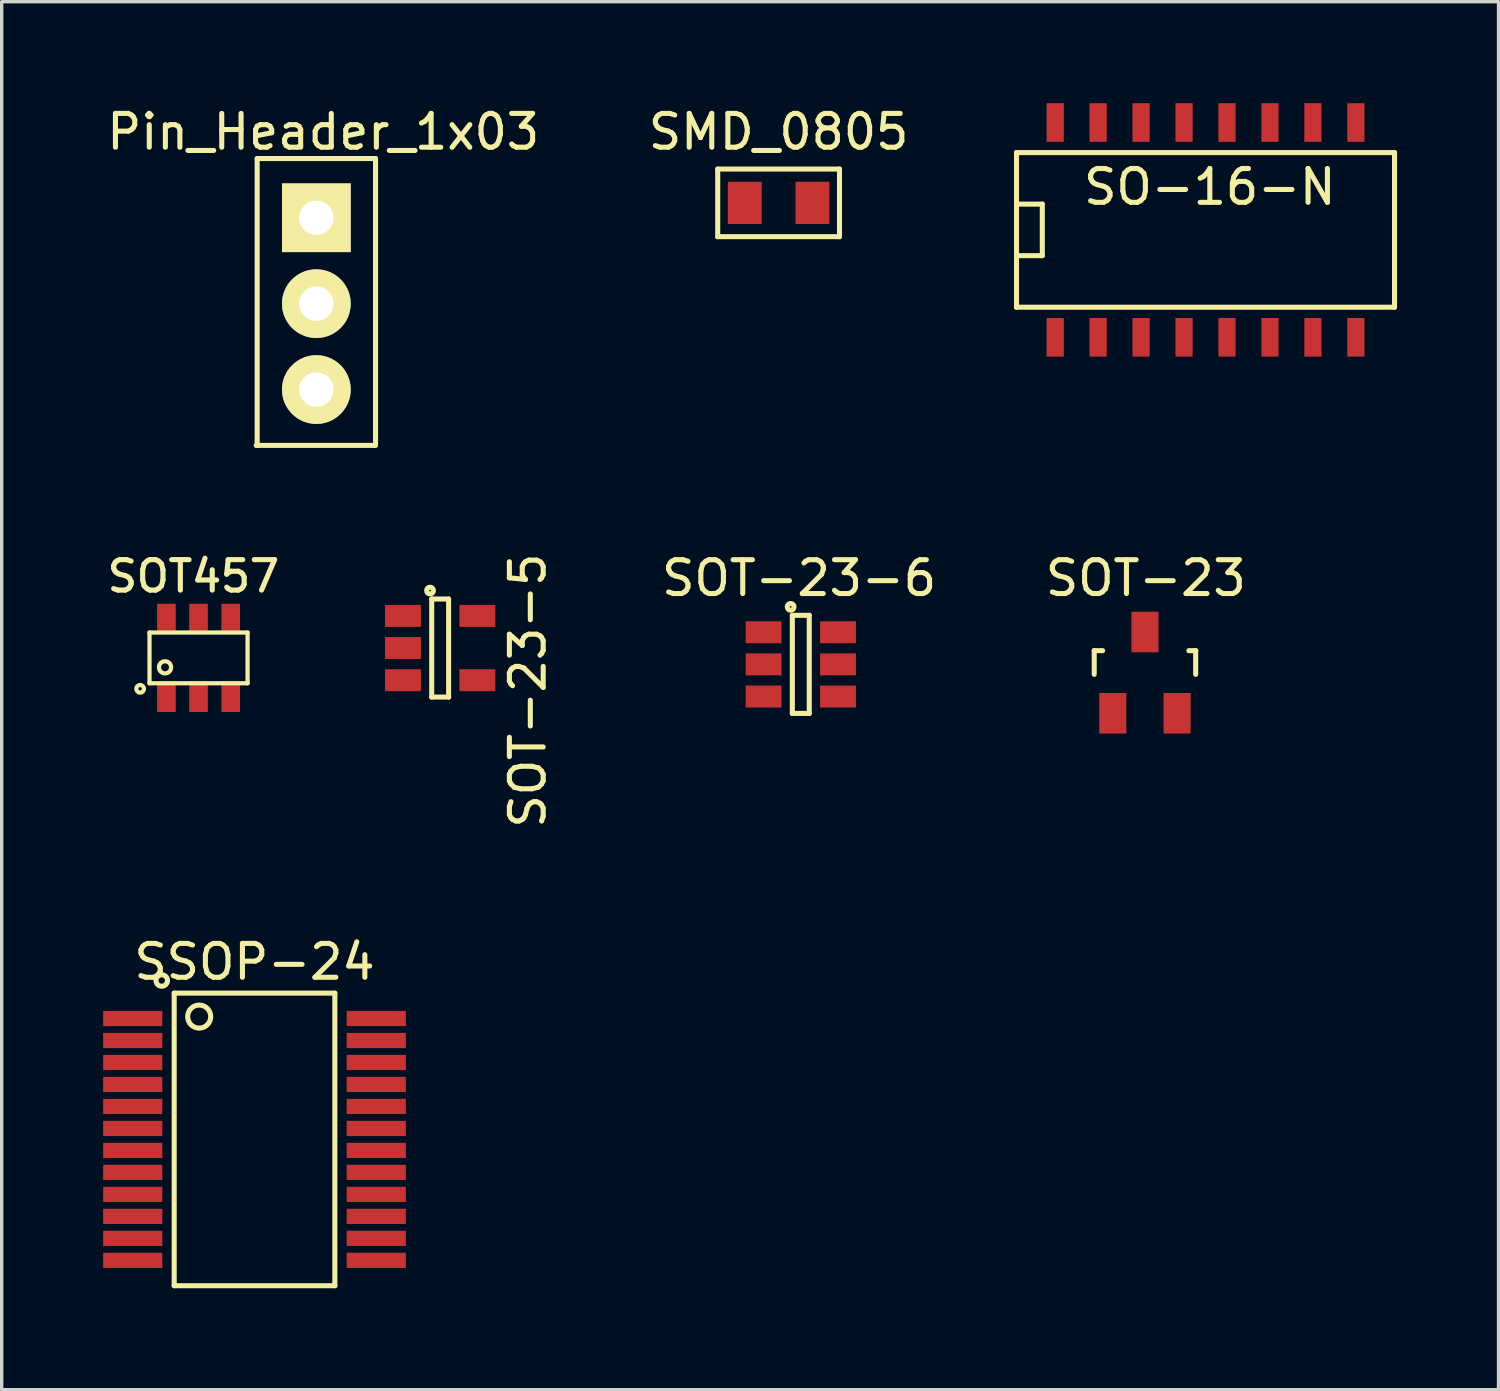
<source format=kicad_pcb>
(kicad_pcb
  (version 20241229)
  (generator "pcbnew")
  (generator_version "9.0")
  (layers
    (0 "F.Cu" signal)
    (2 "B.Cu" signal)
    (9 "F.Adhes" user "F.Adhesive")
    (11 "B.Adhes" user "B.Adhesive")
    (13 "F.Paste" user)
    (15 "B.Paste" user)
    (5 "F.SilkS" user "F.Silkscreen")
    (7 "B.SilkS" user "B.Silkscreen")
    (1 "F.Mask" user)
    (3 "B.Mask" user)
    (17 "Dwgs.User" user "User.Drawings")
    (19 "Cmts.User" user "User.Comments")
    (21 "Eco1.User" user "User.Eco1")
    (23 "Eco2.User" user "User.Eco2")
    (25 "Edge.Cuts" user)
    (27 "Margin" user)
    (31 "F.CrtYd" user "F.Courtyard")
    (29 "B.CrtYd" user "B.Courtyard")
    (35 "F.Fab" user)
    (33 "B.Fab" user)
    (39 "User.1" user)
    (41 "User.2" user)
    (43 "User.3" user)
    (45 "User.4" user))
  (footprint "SOT-23-6"
    (layer "F.Cu")
    (at 20.626 16.593)
    (property "Reference" "SOT-23-6" (at -0.05 -2.55 0) (layer "F.SilkS") (effects (font (size 1 1) (thickness 0.15))))
    (attr smd)
    (fp_line (start -0.25 -1.45) (end -0.25 1.45) (stroke (width 0.15) (type solid)) (layer "F.SilkS"))
    (fp_line (start -0.25 1.45) (end 0.25 1.45) (stroke (width 0.15) (type solid)) (layer "F.SilkS"))
    (fp_line (start 0.25 -1.45) (end -0.25 -1.45) (stroke (width 0.15) (type solid)) (layer "F.SilkS"))
    (fp_line (start 0.25 1.45) (end 0.25 -1.45) (stroke (width 0.15) (type solid)) (layer "F.SilkS"))
    (fp_circle (center -0.3 -1.7) (end -0.2 -1.7) (stroke (width 0.15) (type solid)) (fill no) (layer "F.SilkS"))
    (pad "1" smd rect (at -1.1 -0.95) (size 1.06 0.65) (layers "F.Cu" "F.Mask" "F.Paste"))
    (pad "2" smd rect (at -1.1 0) (size 1.06 0.65) (layers "F.Cu" "F.Mask" "F.Paste"))
    (pad "3" smd rect (at -1.1 0.95) (size 1.06 0.65) (layers "F.Cu" "F.Mask" "F.Paste"))
    (pad "4" smd rect (at 1.1 0.95) (size 1.06 0.65) (layers "F.Cu" "F.Mask" "F.Paste"))
    (pad "5" smd rect (at 1.1 0) (size 1.06 0.65) (layers "F.Cu" "F.Mask" "F.Paste"))
    (pad "6" smd rect (at 1.1 -0.95) (size 1.06 0.65) (layers "F.Cu" "F.Mask" "F.Paste")))
  (footprint "Pin_Header_1x03"
    (layer "F.Cu")
    (at 6.303 3.388)
    (property "Reference" "Pin_Header_1x03" (at 0.203 -2.54 0) (layer "F.SilkS") (effects (font (size 1 1) (thickness 0.15))))
    (attr through_hole)
    (fp_line (start -1.778 6.731) (end 1.722 6.731) (stroke (width 0.15) (type solid)) (layer "F.SilkS"))
    (fp_line (start -1.75 -1.75) (end -1.75 6.731) (stroke (width 0.15) (type solid)) (layer "F.SilkS"))
    (fp_line (start -1.75 -1.75) (end 1.75 -1.75) (stroke (width 0.15) (type solid)) (layer "F.SilkS"))
    (fp_line (start 1.75 -1.75) (end 1.75 6.731) (stroke (width 0.15) (type solid)) (layer "F.SilkS"))
    (pad "1" thru_hole rect (at 0 0) (size 2.032 2.032) (drill 1.016) (layers "*.Cu" "*.Mask" "F.SilkS"))
    (pad "2" thru_hole oval (at 0 2.54) (size 2.032 2.032) (drill 1.016) (layers "*.Cu" "*.Mask" "F.SilkS"))
    (pad "3" thru_hole oval (at 0 5.08) (size 2.032 2.032) (drill 1.016) (layers "*.Cu" "*.Mask" "F.SilkS")))
  (footprint "SSOP-24"
    (layer "F.Cu")
    (at 4.475 30.638)
    (property "Reference" "SSOP-24" (at 0 -5.25 0) (layer "F.SilkS") (effects (font (size 1 1) (thickness 0.15))))
    (attr smd)
    (fp_line (start -2.375 -4.325) (end 2.375 -4.325) (stroke (width 0.15) (type solid)) (layer "F.SilkS"))
    (fp_line (start -2.375 4.325) (end -2.375 -4.325) (stroke (width 0.15) (type solid)) (layer "F.SilkS"))
    (fp_line (start -2.375 4.325) (end 2.375 4.325) (stroke (width 0.15) (type solid)) (layer "F.SilkS"))
    (fp_line (start 2.375 4.325) (end 2.375 -4.325) (stroke (width 0.15) (type solid)) (layer "F.SilkS"))
    (fp_circle (center -2.743 -4.699) (end -2.667 -4.547) (stroke (width 0.15) (type solid)) (fill no) (layer "F.SilkS"))
    (fp_circle (center -1.636 -3.632) (end -1.484 -3.327) (stroke (width 0.15) (type solid)) (fill no) (layer "F.SilkS"))
    (pad "1" smd rect (at -3.6 -3.575) (size 1.75 0.45) (layers "F.Cu" "F.Mask" "F.Paste"))
    (pad "2" smd rect (at -3.6 -2.925) (size 1.75 0.45) (layers "F.Cu" "F.Mask" "F.Paste"))
    (pad "3" smd rect (at -3.6 -2.275) (size 1.75 0.45) (layers "F.Cu" "F.Mask" "F.Paste"))
    (pad "4" smd rect (at -3.6 -1.625) (size 1.75 0.45) (layers "F.Cu" "F.Mask" "F.Paste"))
    (pad "5" smd rect (at -3.6 -0.975) (size 1.75 0.45) (layers "F.Cu" "F.Mask" "F.Paste"))
    (pad "6" smd rect (at -3.6 -0.325) (size 1.75 0.45) (layers "F.Cu" "F.Mask" "F.Paste"))
    (pad "7" smd rect (at -3.6 0.325) (size 1.75 0.45) (layers "F.Cu" "F.Mask" "F.Paste"))
    (pad "8" smd rect (at -3.6 0.975) (size 1.75 0.45) (layers "F.Cu" "F.Mask" "F.Paste"))
    (pad "9" smd rect (at -3.6 1.625) (size 1.75 0.45) (layers "F.Cu" "F.Mask" "F.Paste"))
    (pad "10" smd rect (at -3.6 2.275) (size 1.75 0.45) (layers "F.Cu" "F.Mask" "F.Paste"))
    (pad "11" smd rect (at -3.6 2.925) (size 1.75 0.45) (layers "F.Cu" "F.Mask" "F.Paste"))
    (pad "12" smd rect (at -3.6 3.575) (size 1.75 0.45) (layers "F.Cu" "F.Mask" "F.Paste"))
    (pad "13" smd rect (at 3.6 3.575) (size 1.75 0.45) (layers "F.Cu" "F.Mask" "F.Paste"))
    (pad "14" smd rect (at 3.6 2.925) (size 1.75 0.45) (layers "F.Cu" "F.Mask" "F.Paste"))
    (pad "15" smd rect (at 3.6 2.275) (size 1.75 0.45) (layers "F.Cu" "F.Mask" "F.Paste"))
    (pad "16" smd rect (at 3.6 1.625) (size 1.75 0.45) (layers "F.Cu" "F.Mask" "F.Paste"))
    (pad "17" smd rect (at 3.6 0.975) (size 1.75 0.45) (layers "F.Cu" "F.Mask" "F.Paste"))
    (pad "18" smd rect (at 3.6 0.325) (size 1.75 0.45) (layers "F.Cu" "F.Mask" "F.Paste"))
    (pad "19" smd rect (at 3.6 -0.325) (size 1.75 0.45) (layers "F.Cu" "F.Mask" "F.Paste"))
    (pad "20" smd rect (at 3.6 -0.975) (size 1.75 0.45) (layers "F.Cu" "F.Mask" "F.Paste"))
    (pad "21" smd rect (at 3.6 -1.625) (size 1.75 0.45) (layers "F.Cu" "F.Mask" "F.Paste"))
    (pad "22" smd rect (at 3.6 -2.275) (size 1.75 0.45) (layers "F.Cu" "F.Mask" "F.Paste"))
    (pad "23" smd rect (at 3.6 -2.925) (size 1.75 0.45) (layers "F.Cu" "F.Mask" "F.Paste"))
    (pad "24" smd rect (at 3.6 -3.575) (size 1.75 0.45) (layers "F.Cu" "F.Mask" "F.Paste")))
  (footprint "SOT-23"
    (layer "F.Cu")
    (at 30.801 16.837)
    (property "Reference" "SOT-23" (at 0.025 -2.794 0) (layer "F.SilkS") (effects (font (size 1 1) (thickness 0.15))))
    (attr smd)
    (fp_line (start -1.5 -0.65) (end -1.251 -0.65) (stroke (width 0.15) (type solid)) (layer "F.SilkS"))
    (fp_line (start -1.5 0.051) (end -1.5 -0.65) (stroke (width 0.15) (type solid)) (layer "F.SilkS"))
    (fp_line (start 1.299 -0.65) (end 1.5 -0.65) (stroke (width 0.15) (type solid)) (layer "F.SilkS"))
    (fp_line (start 1.5 -0.65) (end 1.5 0.051) (stroke (width 0.15) (type solid)) (layer "F.SilkS"))
    (pad "1" smd rect (at -0.95 1.201) (size 0.8 1.2) (layers "F.Cu" "F.Mask" "F.Paste"))
    (pad "2" smd rect (at 0.95 1.201) (size 0.8 1.2) (layers "F.Cu" "F.Mask" "F.Paste"))
    (pad "3" smd rect (at 0 -1.201) (size 0.8 1.2) (layers "F.Cu" "F.Mask" "F.Paste")))
  (footprint "SOT-23-5"
    (layer "F.Cu")
    (at 9.964 16.11)
    (property "Reference" "SOT-23-5" (at 2.591 1.257 270) (layer "F.SilkS") (effects (font (size 1 1) (thickness 0.15))))
    (attr smd)
    (fp_line (start -0.25 -1.45) (end -0.25 1.45) (stroke (width 0.15) (type solid)) (layer "F.SilkS"))
    (fp_line (start -0.25 1.45) (end 0.25 1.45) (stroke (width 0.15) (type solid)) (layer "F.SilkS"))
    (fp_line (start 0.25 -1.45) (end -0.25 -1.45) (stroke (width 0.15) (type solid)) (layer "F.SilkS"))
    (fp_line (start 0.25 1.45) (end 0.25 -1.45) (stroke (width 0.15) (type solid)) (layer "F.SilkS"))
    (fp_circle (center -0.3 -1.7) (end -0.2 -1.7) (stroke (width 0.15) (type solid)) (fill no) (layer "F.SilkS"))
    (pad "1" smd rect (at -1.1 -0.95) (size 1.06 0.65) (layers "F.Cu" "F.Mask" "F.Paste"))
    (pad "2" smd rect (at -1.1 0) (size 1.06 0.65) (layers "F.Cu" "F.Mask" "F.Paste"))
    (pad "3" smd rect (at -1.1 0.95) (size 1.06 0.65) (layers "F.Cu" "F.Mask" "F.Paste"))
    (pad "4" smd rect (at 1.1 0.95) (size 1.06 0.65) (layers "F.Cu" "F.Mask" "F.Paste"))
    (pad "5" smd rect (at 1.1 -0.95) (size 1.06 0.65) (layers "F.Cu" "F.Mask" "F.Paste")))
  (footprint "SMD_0805"
    (layer "F.Cu")
    (at 19.97 2.948)
    (property "Reference" "SMD_0805" (at 0 -2.1 0) (layer "F.SilkS") (effects (font (size 1 1) (thickness 0.15))))
    (attr smd)
    (fp_line (start -1.8 -1) (end -1.8 1) (stroke (width 0.15) (type solid)) (layer "F.SilkS"))
    (fp_line (start -1.8 -1) (end 1.8 -1) (stroke (width 0.15) (type solid)) (layer "F.SilkS"))
    (fp_line (start -1.8 1) (end 1.8 1) (stroke (width 0.15) (type solid)) (layer "F.SilkS"))
    (fp_line (start 1.8 -1) (end 1.8 1) (stroke (width 0.15) (type solid)) (layer "F.SilkS"))
    (pad "1" smd rect (at -1 0) (size 1 1.25) (layers "F.Cu" "F.Mask" "F.Paste"))
    (pad "2" smd rect (at 1 0) (size 1 1.25) (layers "F.Cu" "F.Mask" "F.Paste")))
  (footprint "SO-16-N"
    (layer "F.Cu")
    (at 32.592 3.747)
    (property "Reference" "SO-16-N" (at 0.127 -1.27 0) (layer "F.SilkS") (effects (font (size 1 1) (thickness 0.15))))
    (attr smd)
    (fp_line (start -5.588 -2.286) (end 5.588 -2.286) (stroke (width 0.15) (type solid)) (layer "F.SilkS"))
    (fp_line (start -5.588 -0.762) (end -4.826 -0.762) (stroke (width 0.15) (type solid)) (layer "F.SilkS"))
    (fp_line (start -5.588 2.286) (end -5.588 -2.286) (stroke (width 0.15) (type solid)) (layer "F.SilkS"))
    (fp_line (start -4.826 -0.762) (end -4.826 0.762) (stroke (width 0.15) (type solid)) (layer "F.SilkS"))
    (fp_line (start -4.826 0.762) (end -5.588 0.762) (stroke (width 0.15) (type solid)) (layer "F.SilkS"))
    (fp_line (start 5.588 -2.286) (end 5.588 2.286) (stroke (width 0.15) (type solid)) (layer "F.SilkS"))
    (fp_line (start 5.588 2.286) (end -5.588 2.286) (stroke (width 0.15) (type solid)) (layer "F.SilkS"))
    (pad "1" smd rect (at -4.445 3.175) (size 0.508 1.143) (layers "F.Cu" "F.Mask" "F.Paste"))
    (pad "2" smd rect (at -3.175 3.175) (size 0.508 1.143) (layers "F.Cu" "F.Mask" "F.Paste"))
    (pad "3" smd rect (at -1.905 3.175) (size 0.508 1.143) (layers "F.Cu" "F.Mask" "F.Paste"))
    (pad "4" smd rect (at -0.635 3.175) (size 0.508 1.143) (layers "F.Cu" "F.Mask" "F.Paste"))
    (pad "5" smd rect (at 0.635 3.175) (size 0.508 1.143) (layers "F.Cu" "F.Mask" "F.Paste"))
    (pad "6" smd rect (at 1.905 3.175) (size 0.508 1.143) (layers "F.Cu" "F.Mask" "F.Paste"))
    (pad "7" smd rect (at 3.175 3.175) (size 0.508 1.143) (layers "F.Cu" "F.Mask" "F.Paste"))
    (pad "8" smd rect (at 4.445 3.175) (size 0.508 1.143) (layers "F.Cu" "F.Mask" "F.Paste"))
    (pad "9" smd rect (at 4.445 -3.175) (size 0.508 1.143) (layers "F.Cu" "F.Mask" "F.Paste"))
    (pad "10" smd rect (at 3.175 -3.175) (size 0.508 1.143) (layers "F.Cu" "F.Mask" "F.Paste"))
    (pad "11" smd rect (at 1.905 -3.175) (size 0.508 1.143) (layers "F.Cu" "F.Mask" "F.Paste"))
    (pad "12" smd rect (at 0.635 -3.175) (size 0.508 1.143) (layers "F.Cu" "F.Mask" "F.Paste"))
    (pad "13" smd rect (at -0.635 -3.175) (size 0.508 1.143) (layers "F.Cu" "F.Mask" "F.Paste"))
    (pad "14" smd rect (at -1.905 -3.175) (size 0.508 1.143) (layers "F.Cu" "F.Mask" "F.Paste"))
    (pad "15" smd rect (at -3.175 -3.175) (size 0.508 1.143) (layers "F.Cu" "F.Mask" "F.Paste"))
    (pad "16" smd rect (at -4.445 -3.175) (size 0.508 1.143) (layers "F.Cu" "F.Mask" "F.Paste")))
  (footprint "SOT457"
    (layer "F.Cu")
    (at 2.82 16.401)
    (property "Reference" "SOT457" (at -0.152 -2.413 0) (layer "F.SilkS") (effects (font (size 0.9 0.9) (thickness 0.152))))
    (attr through_hole)
    (fp_line (start -1.45 -0.75) (end 1.45 -0.75) (stroke (width 0.125) (type solid)) (layer "F.SilkS"))
    (fp_line (start -1.45 0.75) (end -1.45 -0.75) (stroke (width 0.125) (type solid)) (layer "F.SilkS"))
    (fp_line (start 1.45 -0.75) (end 1.45 0.75) (stroke (width 0.125) (type solid)) (layer "F.SilkS"))
    (fp_line (start 1.45 0.75) (end -1.45 0.75) (stroke (width 0.125) (type solid)) (layer "F.SilkS"))
    (fp_circle (center -1.727 0.914) (end -1.727 0.964) (stroke (width 0.125) (type solid)) (fill no) (layer "F.SilkS"))
    (fp_circle (center -0.991 0.279) (end -1.016 0.457) (stroke (width 0.125) (type solid)) (fill no) (layer "F.SilkS"))
    (pad "1" smd rect (at -0.95 1.2) (size 0.55 0.8) (layers "F.Cu" "F.Mask" "F.Paste"))
    (pad "2" smd rect (at 0 1.2) (size 0.55 0.8) (layers "F.Cu" "F.Mask" "F.Paste"))
    (pad "3" smd rect (at 0.95 1.2) (size 0.55 0.8) (layers "F.Cu" "F.Mask" "F.Paste"))
    (pad "4" smd rect (at 0.95 -1.2) (size 0.55 0.8) (layers "F.Cu" "F.Mask" "F.Paste"))
    (pad "5" smd rect (at 0 -1.2) (size 0.55 0.8) (layers "F.Cu" "F.Mask" "F.Paste"))
    (pad "6" smd rect (at -0.95 -1.2) (size 0.55 0.8) (layers "F.Cu" "F.Mask" "F.Paste")))
  (gr_rect
    (start -3 -3)
    (end 41.255 38.038)
    (stroke (width 0.1) (type default))
    (fill no)
    (layer "Edge.Cuts")))
</source>
